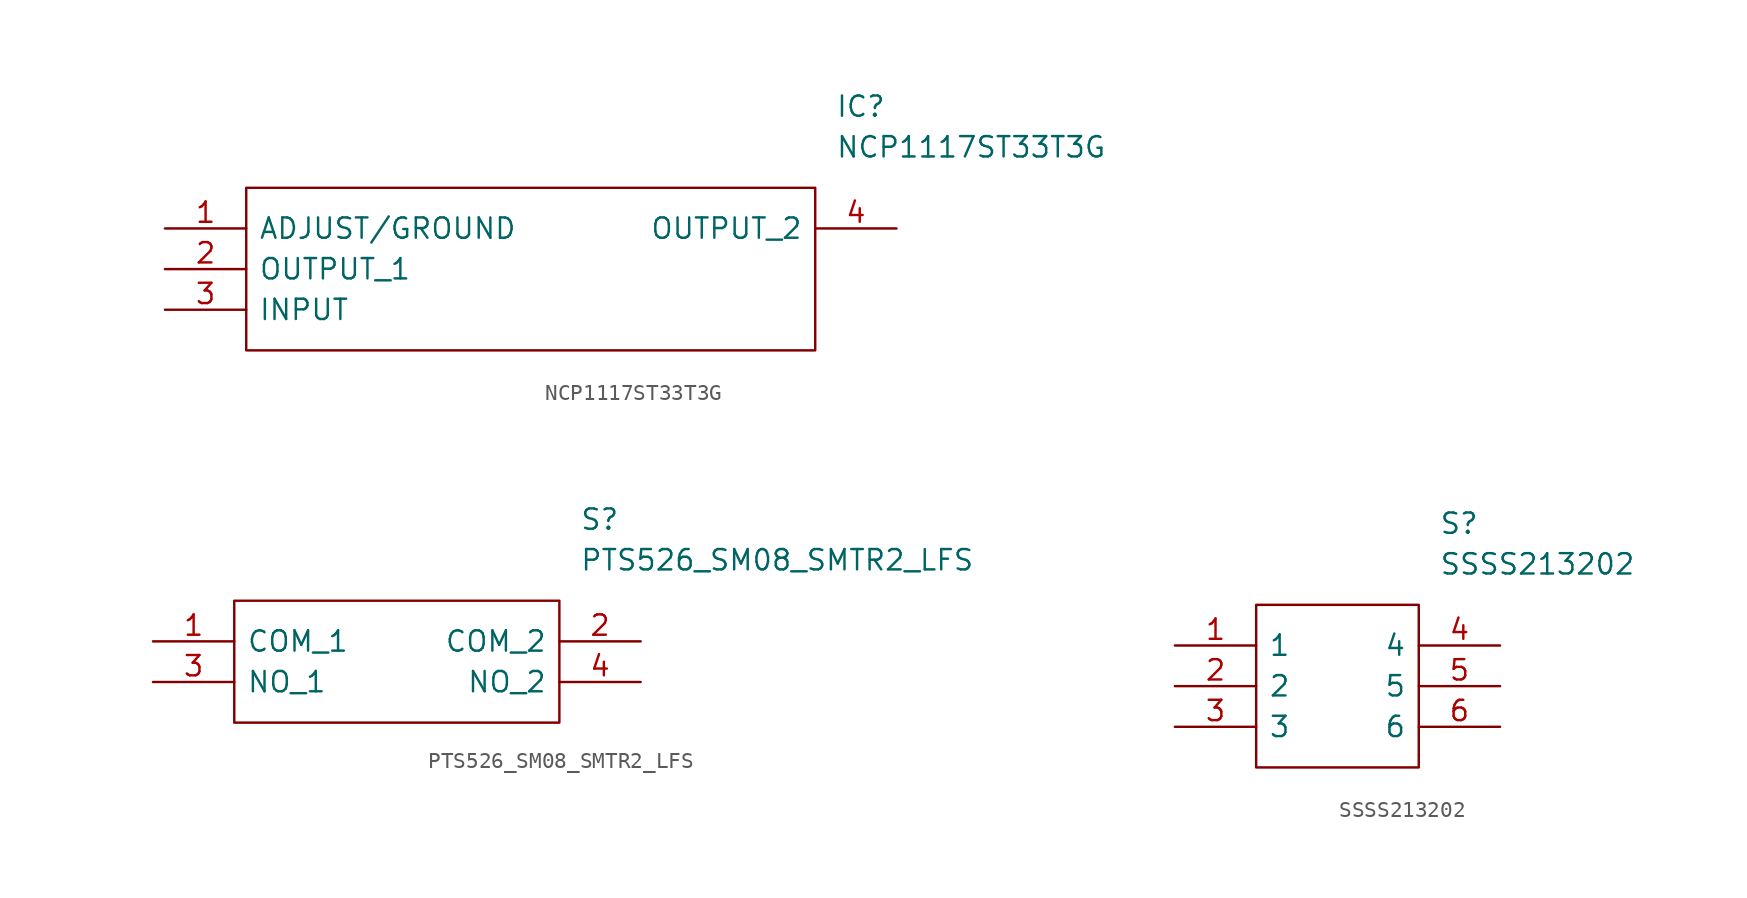
<source format=kicad_sym>
(kicad_symbol_lib
  (version 20211014)
  (generator kicad_symbol_editor)
  (symbol "NCP1117ST33T3G"
    (pin_names
      (offset 0.762))
    (property "Reference" "IC"
      (at 41.91 7.62 0)
      (effects (font (size 1.27 1.27)) (justify left)))
    (property "Value" "NCP1117ST33T3G"
      (at 41.91 5.08 0)
      (effects (font (size 1.27 1.27)) (justify left)))
    (symbol "NCP1117ST33T3G_0_0"
      (pin passive line (at 0 0 0) (length 5.08) (name "ADJUST/GROUND" (effects (font (size 1.27 1.27)))) (number "1" (effects (font (size 1.27 1.27)))))
      (pin passive line (at 0 -2.54 0) (length 5.08) (name "OUTPUT_1" (effects (font (size 1.27 1.27)))) (number "2" (effects (font (size 1.27 1.27)))))
      (pin passive line (at 0 -5.08 0) (length 5.08) (name "INPUT" (effects (font (size 1.27 1.27)))) (number "3" (effects (font (size 1.27 1.27)))))
      (pin passive line (at 45.72 0 180) (length 5.08) (name "OUTPUT_2" (effects (font (size 1.27 1.27)))) (number "4" (effects (font (size 1.27 1.27))))))
    (symbol "NCP1117ST33T3G_0_1"
      (polyline (pts (xy 5.08 2.54) (xy 40.64 2.54) (xy 40.64 -7.62) (xy 5.08 -7.62) (xy 5.08 2.54)) (stroke (width 0.152) (type default) (color 0 0 0 0)) (fill (type none)))))
  (symbol "PTS526_SM08_SMTR2_LFS"
    (pin_names
      (offset 0.762))
    (property "Reference" "S"
      (at 26.67 7.62 0)
      (effects (font (size 1.27 1.27)) (justify left)))
    (property "Value" "PTS526_SM08_SMTR2_LFS"
      (at 26.67 5.08 0)
      (effects (font (size 1.27 1.27)) (justify left)))
    (symbol "PTS526_SM08_SMTR2_LFS_0_0"
      (pin passive line (at 0 0 0) (length 5.08) (name "COM_1" (effects (font (size 1.27 1.27)))) (number "1" (effects (font (size 1.27 1.27)))))
      (pin passive line (at 30.48 0 180) (length 5.08) (name "COM_2" (effects (font (size 1.27 1.27)))) (number "2" (effects (font (size 1.27 1.27)))))
      (pin passive line (at 0 -2.54 0) (length 5.08) (name "NO_1" (effects (font (size 1.27 1.27)))) (number "3" (effects (font (size 1.27 1.27)))))
      (pin passive line (at 30.48 -2.54 180) (length 5.08) (name "NO_2" (effects (font (size 1.27 1.27)))) (number "4" (effects (font (size 1.27 1.27))))))
    (symbol "PTS526_SM08_SMTR2_LFS_0_1"
      (polyline (pts (xy 5.08 2.54) (xy 25.4 2.54) (xy 25.4 -5.08) (xy 5.08 -5.08) (xy 5.08 2.54)) (stroke (width 0.152) (type default) (color 0 0 0 0)) (fill (type none)))))
  (symbol "SSSS213202"
    (pin_names
      (offset 0.762))
    (property "Reference" "S"
      (at 16.51 7.62 0)
      (effects (font (size 1.27 1.27)) (justify left)))
    (property "Value" "SSSS213202"
      (at 16.51 5.08 0)
      (effects (font (size 1.27 1.27)) (justify left)))
    (symbol "SSSS213202_0_0"
      (pin passive line (at 0 0 0) (length 5.08) (name "1" (effects (font (size 1.27 1.27)))) (number "1" (effects (font (size 1.27 1.27)))))
      (pin passive line (at 0 -2.54 0) (length 5.08) (name "2" (effects (font (size 1.27 1.27)))) (number "2" (effects (font (size 1.27 1.27)))))
      (pin passive line (at 0 -5.08 0) (length 5.08) (name "3" (effects (font (size 1.27 1.27)))) (number "3" (effects (font (size 1.27 1.27)))))
      (pin passive line (at 20.32 0 180) (length 5.08) (name "4" (effects (font (size 1.27 1.27)))) (number "4" (effects (font (size 1.27 1.27)))))
      (pin passive line (at 20.32 -2.54 180) (length 5.08) (name "5" (effects (font (size 1.27 1.27)))) (number "5" (effects (font (size 1.27 1.27)))))
      (pin passive line (at 20.32 -5.08 180) (length 5.08) (name "6" (effects (font (size 1.27 1.27)))) (number "6" (effects (font (size 1.27 1.27))))))
    (symbol "SSSS213202_0_1"
      (polyline (pts (xy 5.08 2.54) (xy 15.24 2.54) (xy 15.24 -7.62) (xy 5.08 -7.62) (xy 5.08 2.54)) (stroke (width 0.152) (type default) (color 0 0 0 0)) (fill (type none))))))
</source>
